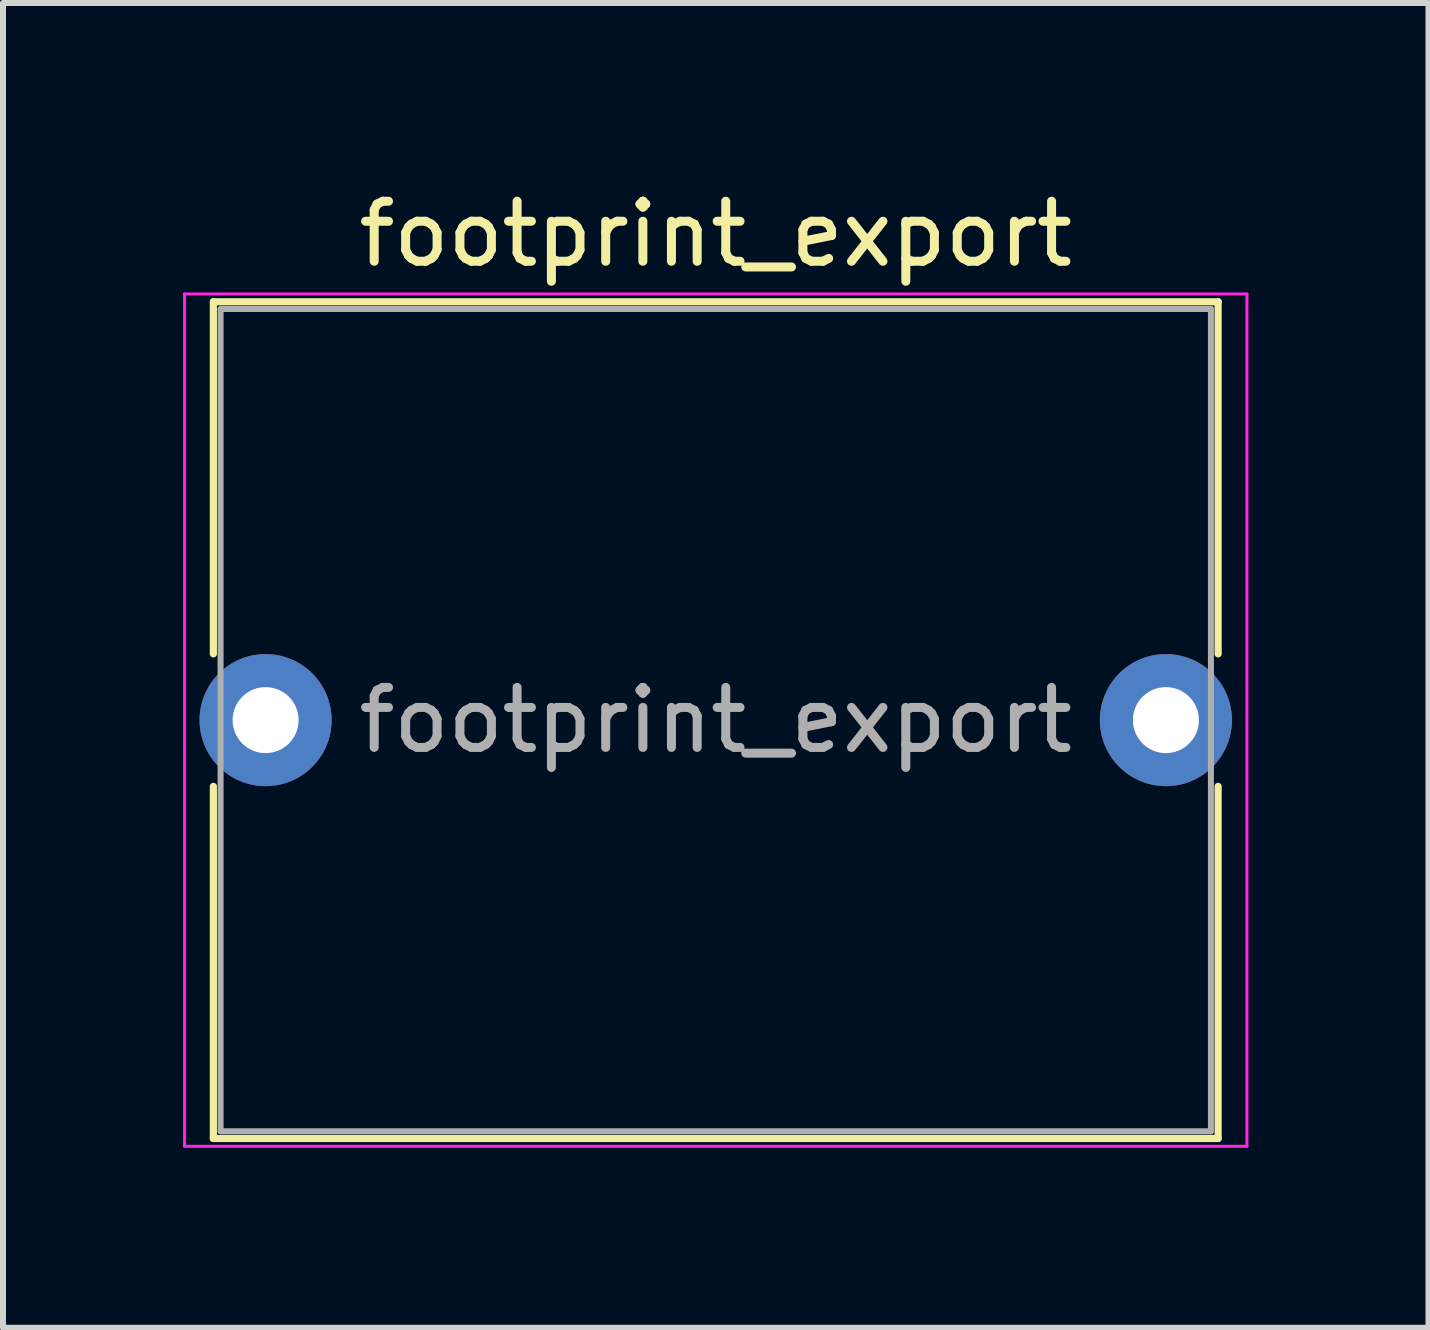
<source format=kicad_pcb>
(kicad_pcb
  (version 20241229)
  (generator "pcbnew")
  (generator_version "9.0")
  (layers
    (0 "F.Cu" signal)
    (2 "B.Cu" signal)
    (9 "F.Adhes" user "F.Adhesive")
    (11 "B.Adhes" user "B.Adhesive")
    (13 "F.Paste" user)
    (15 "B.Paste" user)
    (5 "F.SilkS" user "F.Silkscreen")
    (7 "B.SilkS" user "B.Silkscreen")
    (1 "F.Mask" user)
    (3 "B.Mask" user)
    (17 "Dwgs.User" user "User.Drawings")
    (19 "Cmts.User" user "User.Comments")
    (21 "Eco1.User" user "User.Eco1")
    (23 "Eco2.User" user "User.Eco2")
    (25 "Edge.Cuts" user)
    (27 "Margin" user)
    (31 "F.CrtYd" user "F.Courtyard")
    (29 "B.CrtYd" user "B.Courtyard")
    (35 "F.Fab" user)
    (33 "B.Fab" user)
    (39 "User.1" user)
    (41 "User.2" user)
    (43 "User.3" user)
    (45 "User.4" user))
  (footprint "footprint_export"
    (layer "F.Cu")
    (at 1.375 8.948)
    (property "Reference" "footprint_export" (at 7.5 -8.1 0) (layer "F.SilkS") (effects (font (size 1 1) (thickness 0.15))))
    (attr through_hole)
    (fp_line (start -0.87 -6.97) (end -0.87 -1.104) (stroke (width 0.12) (type solid)) (layer "F.SilkS"))
    (fp_line (start -0.87 -6.97) (end 15.87 -6.97) (stroke (width 0.12) (type solid)) (layer "F.SilkS"))
    (fp_line (start -0.87 1.104) (end -0.87 6.97) (stroke (width 0.12) (type solid)) (layer "F.SilkS"))
    (fp_line (start -0.87 6.97) (end 15.87 6.97) (stroke (width 0.12) (type solid)) (layer "F.SilkS"))
    (fp_line (start 15.87 -6.97) (end 15.87 -1.104) (stroke (width 0.12) (type solid)) (layer "F.SilkS"))
    (fp_line (start 15.87 1.104) (end 15.87 6.97) (stroke (width 0.12) (type solid)) (layer "F.SilkS"))
    (fp_line (start -1.35 -7.1) (end -1.35 7.1) (stroke (width 0.05) (type solid)) (layer "F.CrtYd"))
    (fp_line (start -1.35 7.1) (end 16.35 7.1) (stroke (width 0.05) (type solid)) (layer "F.CrtYd"))
    (fp_line (start 16.35 -7.1) (end -1.35 -7.1) (stroke (width 0.05) (type solid)) (layer "F.CrtYd"))
    (fp_line (start 16.35 7.1) (end 16.35 -7.1) (stroke (width 0.05) (type solid)) (layer "F.CrtYd"))
    (fp_line (start -0.75 -6.85) (end -0.75 6.85) (stroke (width 0.1) (type solid)) (layer "F.Fab"))
    (fp_line (start -0.75 6.85) (end 15.75 6.85) (stroke (width 0.1) (type solid)) (layer "F.Fab"))
    (fp_line (start 15.75 -6.85) (end -0.75 -6.85) (stroke (width 0.1) (type solid)) (layer "F.Fab"))
    (fp_line (start 15.75 6.85) (end 15.75 -6.85) (stroke (width 0.1) (type solid)) (layer "F.Fab"))
    (fp_text user "${REFERENCE}" (at 7.5 0 0) (layer "F.Fab") (effects (font (size 1 1) (thickness 0.15))))
    (pad "1" thru_hole circle (at 0 0) (size 2.2 2.2) (drill 1.1) (layers "*.Cu" "*.Mask"))
    (pad "2" thru_hole circle (at 15 0) (size 2.2 2.2) (drill 1.1) (layers "*.Cu" "*.Mask")))
  (gr_rect
    (start -3 -3)
    (end 20.75 19.073)
    (stroke (width 0.1) (type default))
    (fill no)
    (layer "Edge.Cuts")))
</source>
